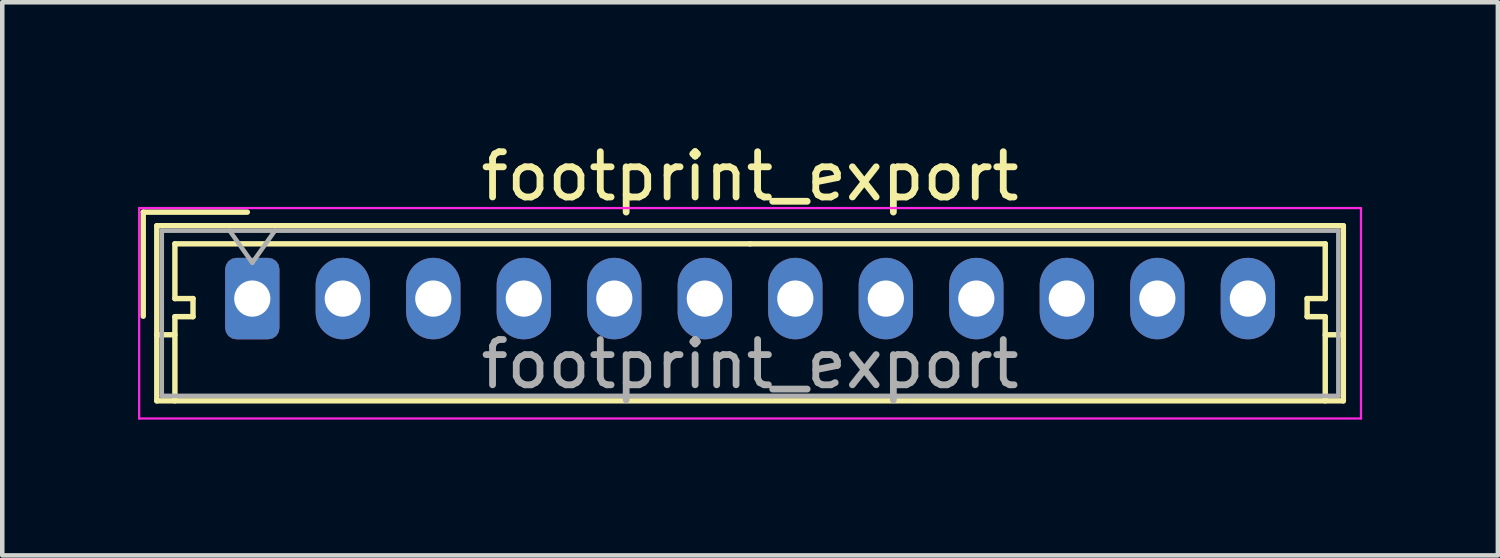
<source format=kicad_pcb>
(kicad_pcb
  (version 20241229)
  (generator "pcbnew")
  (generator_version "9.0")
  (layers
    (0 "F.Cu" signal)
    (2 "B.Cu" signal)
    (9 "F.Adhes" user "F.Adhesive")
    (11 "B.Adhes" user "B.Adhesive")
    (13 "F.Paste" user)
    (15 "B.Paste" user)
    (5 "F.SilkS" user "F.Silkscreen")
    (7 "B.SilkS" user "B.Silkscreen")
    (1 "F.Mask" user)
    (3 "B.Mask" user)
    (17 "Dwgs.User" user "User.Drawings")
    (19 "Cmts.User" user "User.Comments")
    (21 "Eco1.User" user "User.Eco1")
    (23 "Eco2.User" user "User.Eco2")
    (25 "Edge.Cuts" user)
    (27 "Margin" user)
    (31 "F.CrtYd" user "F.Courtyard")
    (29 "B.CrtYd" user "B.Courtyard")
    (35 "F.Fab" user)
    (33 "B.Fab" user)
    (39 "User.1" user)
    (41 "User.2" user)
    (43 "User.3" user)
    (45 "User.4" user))
  (footprint "footprint_export"
    (layer "F.Cu")
    (at 2.525 3.548)
    (property "Reference" "footprint_export" (at 11 -2.7 0) (layer "F.SilkS") (effects (font (size 1 1) (thickness 0.15))))
    (attr through_hole)
    (fp_line (start -2.41 -1.91) (end -2.41 0.39) (stroke (width 0.12) (type solid)) (layer "F.SilkS"))
    (fp_line (start -2.11 -1.61) (end -2.11 2.26) (stroke (width 0.12) (type solid)) (layer "F.SilkS"))
    (fp_line (start -2.11 0.8) (end -1.71 0.8) (stroke (width 0.12) (type solid)) (layer "F.SilkS"))
    (fp_line (start -2.11 2.26) (end 24.11 2.26) (stroke (width 0.12) (type solid)) (layer "F.SilkS"))
    (fp_line (start -1.71 -1.21) (end -1.71 0) (stroke (width 0.12) (type solid)) (layer "F.SilkS"))
    (fp_line (start -1.71 0) (end -1.31 0) (stroke (width 0.12) (type solid)) (layer "F.SilkS"))
    (fp_line (start -1.71 0.4) (end -1.71 2.26) (stroke (width 0.12) (type solid)) (layer "F.SilkS"))
    (fp_line (start -1.31 0) (end -1.31 0.4) (stroke (width 0.12) (type solid)) (layer "F.SilkS"))
    (fp_line (start -1.31 0.4) (end -1.71 0.4) (stroke (width 0.12) (type solid)) (layer "F.SilkS"))
    (fp_line (start -0.11 -1.91) (end -2.41 -1.91) (stroke (width 0.12) (type solid)) (layer "F.SilkS"))
    (fp_line (start 11 -1.21) (end -1.71 -1.21) (stroke (width 0.12) (type solid)) (layer "F.SilkS"))
    (fp_line (start 11 -1.21) (end 23.71 -1.21) (stroke (width 0.12) (type solid)) (layer "F.SilkS"))
    (fp_line (start 23.31 0) (end 23.31 0.4) (stroke (width 0.12) (type solid)) (layer "F.SilkS"))
    (fp_line (start 23.31 0.4) (end 23.71 0.4) (stroke (width 0.12) (type solid)) (layer "F.SilkS"))
    (fp_line (start 23.71 -1.21) (end 23.71 0) (stroke (width 0.12) (type solid)) (layer "F.SilkS"))
    (fp_line (start 23.71 0) (end 23.31 0) (stroke (width 0.12) (type solid)) (layer "F.SilkS"))
    (fp_line (start 23.71 0.4) (end 23.71 2.26) (stroke (width 0.12) (type solid)) (layer "F.SilkS"))
    (fp_line (start 24.11 -1.61) (end -2.11 -1.61) (stroke (width 0.12) (type solid)) (layer "F.SilkS"))
    (fp_line (start 24.11 0.8) (end 23.71 0.8) (stroke (width 0.12) (type solid)) (layer "F.SilkS"))
    (fp_line (start 24.11 2.26) (end 24.11 -1.61) (stroke (width 0.12) (type solid)) (layer "F.SilkS"))
    (fp_line (start -2.5 -2) (end -2.5 2.65) (stroke (width 0.05) (type solid)) (layer "F.CrtYd"))
    (fp_line (start -2.5 2.65) (end 24.5 2.65) (stroke (width 0.05) (type solid)) (layer "F.CrtYd"))
    (fp_line (start 24.5 -2) (end -2.5 -2) (stroke (width 0.05) (type solid)) (layer "F.CrtYd"))
    (fp_line (start 24.5 2.65) (end 24.5 -2) (stroke (width 0.05) (type solid)) (layer "F.CrtYd"))
    (fp_line (start -2 -1.5) (end -2 2.15) (stroke (width 0.1) (type solid)) (layer "F.Fab"))
    (fp_line (start -2 2.15) (end 24 2.15) (stroke (width 0.1) (type solid)) (layer "F.Fab"))
    (fp_line (start -0.5 -1.5) (end 0 -0.793) (stroke (width 0.1) (type solid)) (layer "F.Fab"))
    (fp_line (start 0 -0.793) (end 0.5 -1.5) (stroke (width 0.1) (type solid)) (layer "F.Fab"))
    (fp_line (start 24 -1.5) (end -2 -1.5) (stroke (width 0.1) (type solid)) (layer "F.Fab"))
    (fp_line (start 24 2.15) (end 24 -1.5) (stroke (width 0.1) (type solid)) (layer "F.Fab"))
    (fp_text user "${REFERENCE}" (at 11 1.45 0) (layer "F.Fab") (effects (font (size 1 1) (thickness 0.15))))
    (pad "1" thru_hole roundrect (at 0 0) (size 1.2 1.8) (drill 0.8) (layers "*.Cu" "*.Mask") (roundrect_rratio 0.208))
    (pad "2" thru_hole oval (at 2 0) (size 1.2 1.8) (drill 0.8) (layers "*.Cu" "*.Mask"))
    (pad "3" thru_hole oval (at 4 0) (size 1.2 1.8) (drill 0.8) (layers "*.Cu" "*.Mask"))
    (pad "4" thru_hole oval (at 6 0) (size 1.2 1.8) (drill 0.8) (layers "*.Cu" "*.Mask"))
    (pad "5" thru_hole oval (at 8 0) (size 1.2 1.8) (drill 0.8) (layers "*.Cu" "*.Mask"))
    (pad "6" thru_hole oval (at 10 0) (size 1.2 1.8) (drill 0.8) (layers "*.Cu" "*.Mask"))
    (pad "7" thru_hole oval (at 12 0) (size 1.2 1.8) (drill 0.8) (layers "*.Cu" "*.Mask"))
    (pad "8" thru_hole oval (at 14 0) (size 1.2 1.8) (drill 0.8) (layers "*.Cu" "*.Mask"))
    (pad "9" thru_hole oval (at 16 0) (size 1.2 1.8) (drill 0.8) (layers "*.Cu" "*.Mask"))
    (pad "10" thru_hole oval (at 18 0) (size 1.2 1.8) (drill 0.8) (layers "*.Cu" "*.Mask"))
    (pad "11" thru_hole oval (at 20 0) (size 1.2 1.8) (drill 0.8) (layers "*.Cu" "*.Mask"))
    (pad "12" thru_hole oval (at 22 0) (size 1.2 1.8) (drill 0.8) (layers "*.Cu" "*.Mask")))
  (gr_rect
    (start -3 -3)
    (end 30.05 9.223)
    (stroke (width 0.1) (type default))
    (fill no)
    (layer "Edge.Cuts")))
</source>
